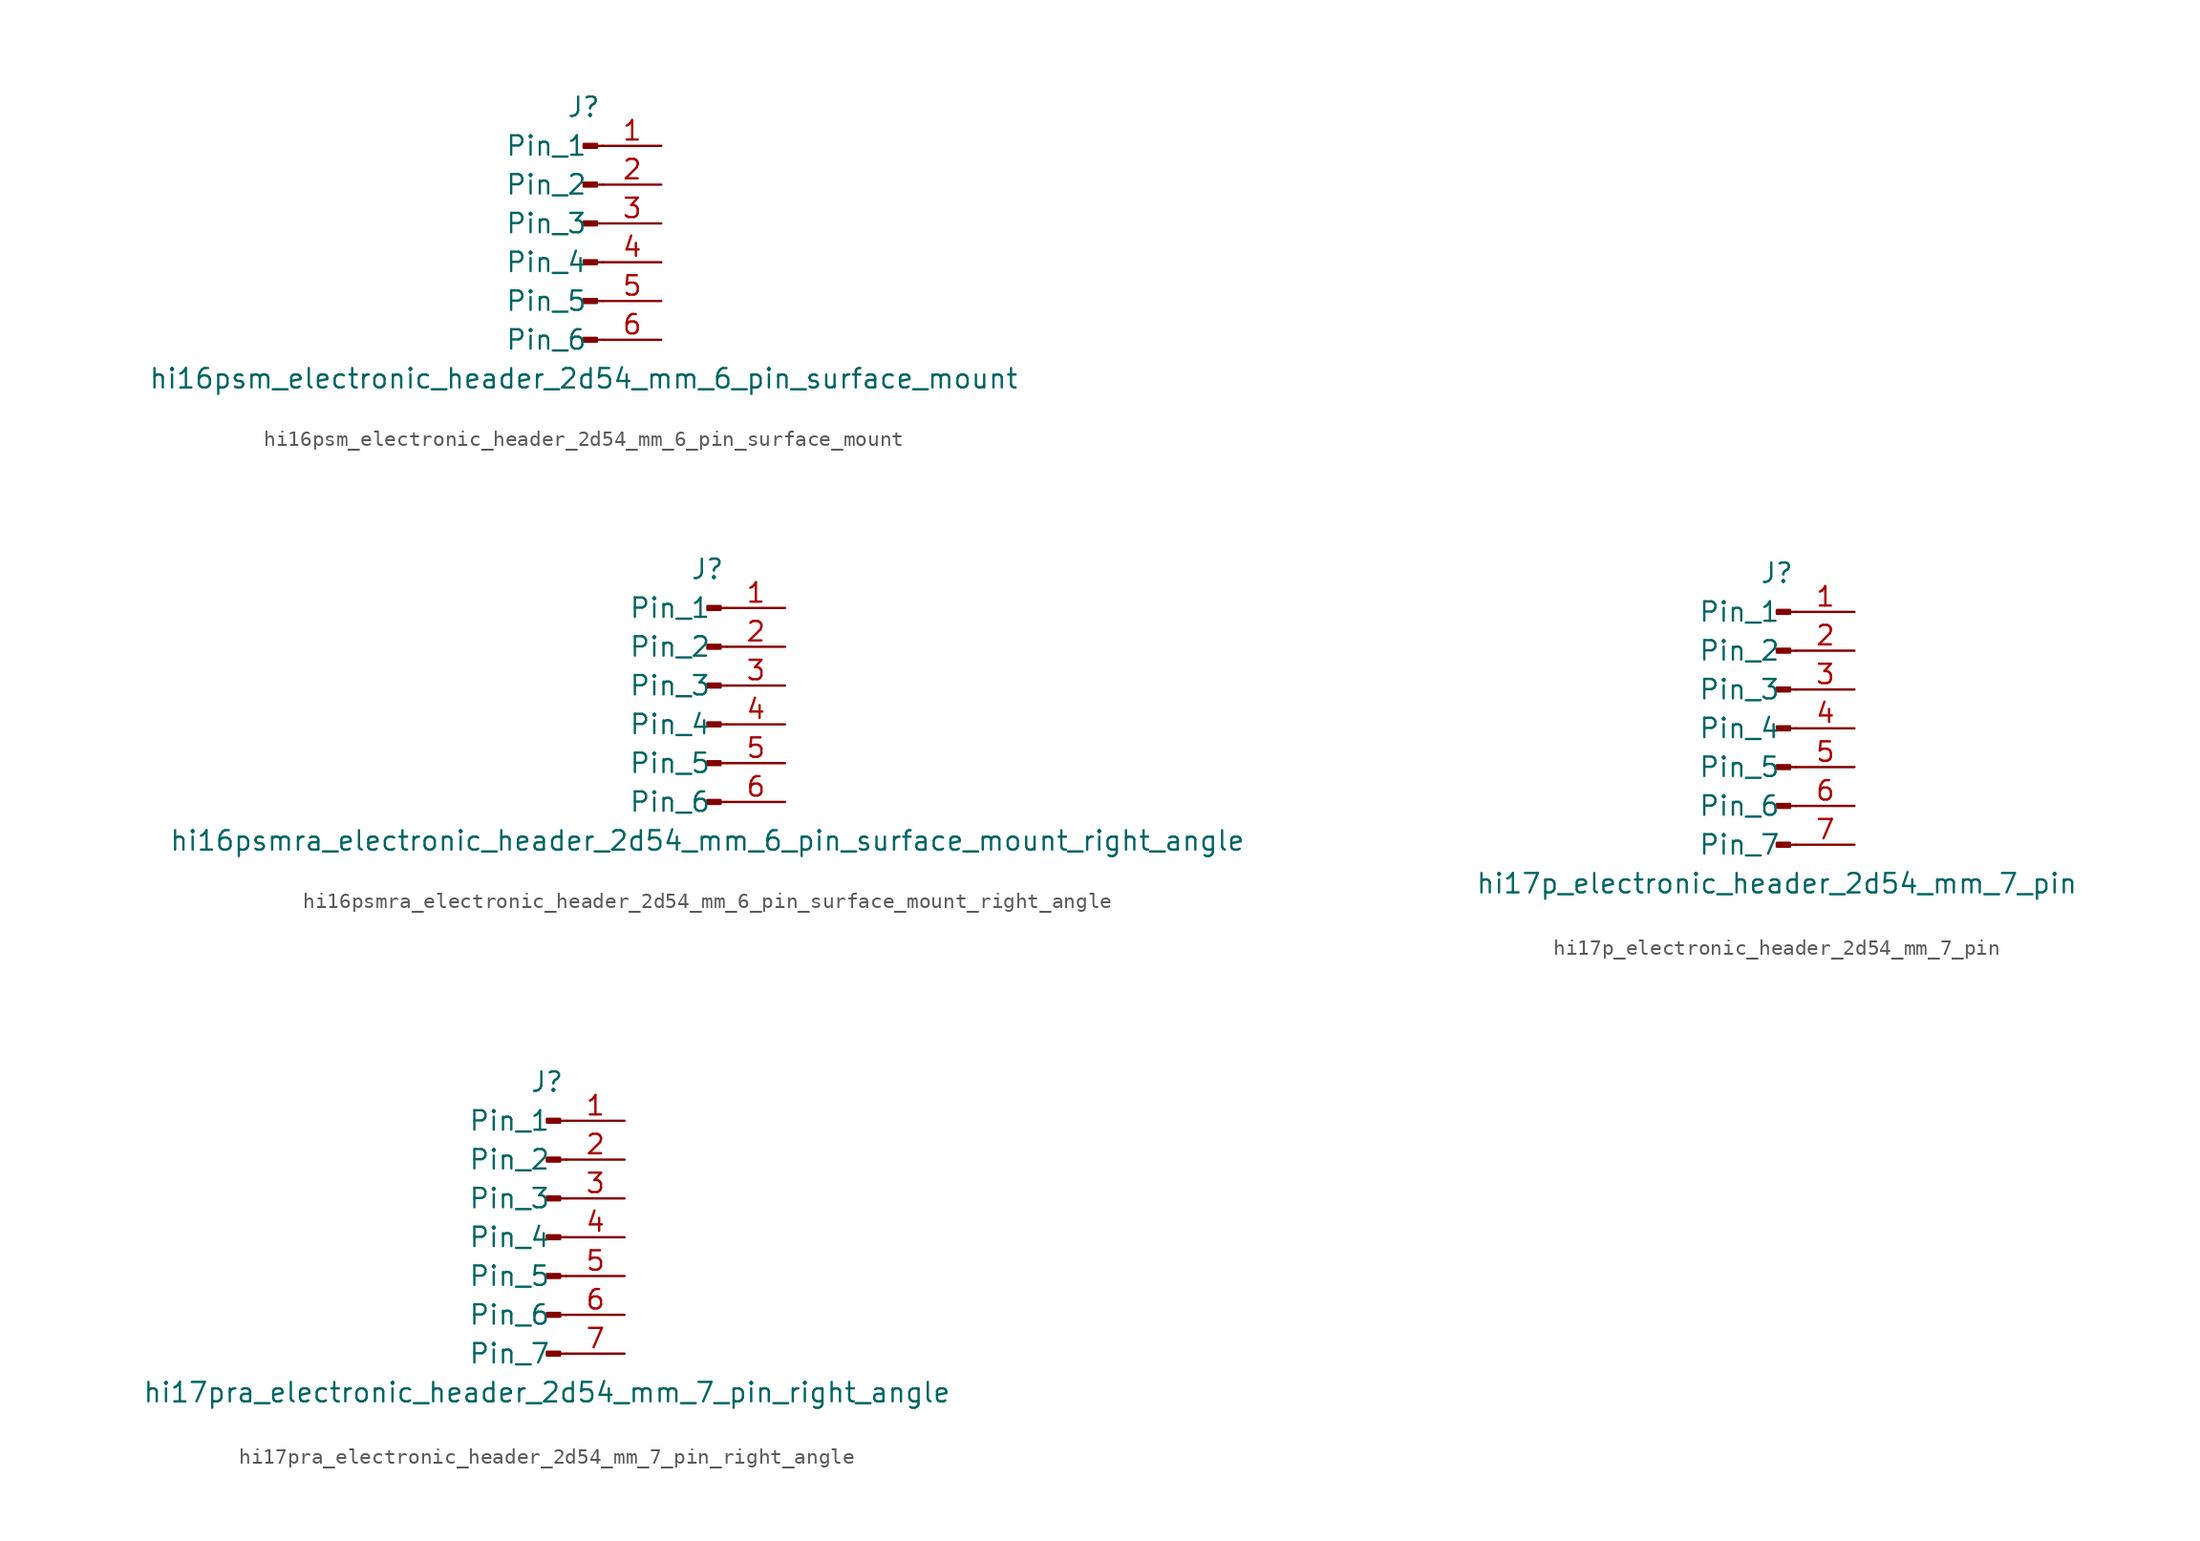
<source format=kicad_sym>
(kicad_symbol_lib
  (version 20220914)
  (generator kicad_symbol_editor)
  (symbol "hi16psm_electronic_header_2d54_mm_6_pin_surface_mount"
    (pin_names
      (offset 1.016))
    (property "Reference" "J"
      (at 0 7.62 0)
      (effects (font (size 1.27 1.27))))
    (property "Value" "hi16psm_electronic_header_2d54_mm_6_pin_surface_mount"
      (at 0 -10.16 0)
      (effects (font (size 1.27 1.27))))
    (property "ki_locked" ""
      (at 0 0 0)
      (effects (font (size 1.27 1.27))))
    (symbol "hi16psm_electronic_header_2d54_mm_6_pin_surface_mount_1_1"
      (polyline (pts (xy 1.27 -7.62) (xy 0.864 -7.62)) (stroke (width 0.152) (type default)) (fill (type none)))
      (polyline (pts (xy 1.27 -5.08) (xy 0.864 -5.08)) (stroke (width 0.152) (type default)) (fill (type none)))
      (polyline (pts (xy 1.27 -2.54) (xy 0.864 -2.54)) (stroke (width 0.152) (type default)) (fill (type none)))
      (polyline (pts (xy 1.27 0) (xy 0.864 0)) (stroke (width 0.152) (type default)) (fill (type none)))
      (polyline (pts (xy 1.27 2.54) (xy 0.864 2.54)) (stroke (width 0.152) (type default)) (fill (type none)))
      (polyline (pts (xy 1.27 5.08) (xy 0.864 5.08)) (stroke (width 0.152) (type default)) (fill (type none)))
      (rectangle (start 0.864 -7.493) (end 0 -7.747) (stroke (width 0.152) (type default)) (fill (type outline)))
      (rectangle (start 0.864 -4.953) (end 0 -5.207) (stroke (width 0.152) (type default)) (fill (type outline)))
      (rectangle (start 0.864 -2.413) (end 0 -2.667) (stroke (width 0.152) (type default)) (fill (type outline)))
      (rectangle (start 0.864 0.127) (end 0 -0.127) (stroke (width 0.152) (type default)) (fill (type outline)))
      (rectangle (start 0.864 2.667) (end 0 2.413) (stroke (width 0.152) (type default)) (fill (type outline)))
      (rectangle (start 0.864 5.207) (end 0 4.953) (stroke (width 0.152) (type default)) (fill (type outline)))
      (pin passive line (at 5.08 5.08 180) (length 3.81) (name "Pin_1" (effects (font (size 1.27 1.27)))) (number "1" (effects (font (size 1.27 1.27)))))
      (pin passive line (at 5.08 2.54 180) (length 3.81) (name "Pin_2" (effects (font (size 1.27 1.27)))) (number "2" (effects (font (size 1.27 1.27)))))
      (pin passive line (at 5.08 0 180) (length 3.81) (name "Pin_3" (effects (font (size 1.27 1.27)))) (number "3" (effects (font (size 1.27 1.27)))))
      (pin passive line (at 5.08 -2.54 180) (length 3.81) (name "Pin_4" (effects (font (size 1.27 1.27)))) (number "4" (effects (font (size 1.27 1.27)))))
      (pin passive line (at 5.08 -5.08 180) (length 3.81) (name "Pin_5" (effects (font (size 1.27 1.27)))) (number "5" (effects (font (size 1.27 1.27)))))
      (pin passive line (at 5.08 -7.62 180) (length 3.81) (name "Pin_6" (effects (font (size 1.27 1.27)))) (number "6" (effects (font (size 1.27 1.27)))))))
  (symbol "hi16psmra_electronic_header_2d54_mm_6_pin_surface_mount_right_angle"
    (pin_names
      (offset 1.016))
    (property "Reference" "J"
      (at 0 7.62 0)
      (effects (font (size 1.27 1.27))))
    (property "Value" "hi16psmra_electronic_header_2d54_mm_6_pin_surface_mount_right_angle"
      (at 0 -10.16 0)
      (effects (font (size 1.27 1.27))))
    (property "ki_locked" ""
      (at 0 0 0)
      (effects (font (size 1.27 1.27))))
    (symbol "hi16psmra_electronic_header_2d54_mm_6_pin_surface_mount_right_angle_1_1"
      (polyline (pts (xy 1.27 -7.62) (xy 0.864 -7.62)) (stroke (width 0.152) (type default)) (fill (type none)))
      (polyline (pts (xy 1.27 -5.08) (xy 0.864 -5.08)) (stroke (width 0.152) (type default)) (fill (type none)))
      (polyline (pts (xy 1.27 -2.54) (xy 0.864 -2.54)) (stroke (width 0.152) (type default)) (fill (type none)))
      (polyline (pts (xy 1.27 0) (xy 0.864 0)) (stroke (width 0.152) (type default)) (fill (type none)))
      (polyline (pts (xy 1.27 2.54) (xy 0.864 2.54)) (stroke (width 0.152) (type default)) (fill (type none)))
      (polyline (pts (xy 1.27 5.08) (xy 0.864 5.08)) (stroke (width 0.152) (type default)) (fill (type none)))
      (rectangle (start 0.864 -7.493) (end 0 -7.747) (stroke (width 0.152) (type default)) (fill (type outline)))
      (rectangle (start 0.864 -4.953) (end 0 -5.207) (stroke (width 0.152) (type default)) (fill (type outline)))
      (rectangle (start 0.864 -2.413) (end 0 -2.667) (stroke (width 0.152) (type default)) (fill (type outline)))
      (rectangle (start 0.864 0.127) (end 0 -0.127) (stroke (width 0.152) (type default)) (fill (type outline)))
      (rectangle (start 0.864 2.667) (end 0 2.413) (stroke (width 0.152) (type default)) (fill (type outline)))
      (rectangle (start 0.864 5.207) (end 0 4.953) (stroke (width 0.152) (type default)) (fill (type outline)))
      (pin passive line (at 5.08 5.08 180) (length 3.81) (name "Pin_1" (effects (font (size 1.27 1.27)))) (number "1" (effects (font (size 1.27 1.27)))))
      (pin passive line (at 5.08 2.54 180) (length 3.81) (name "Pin_2" (effects (font (size 1.27 1.27)))) (number "2" (effects (font (size 1.27 1.27)))))
      (pin passive line (at 5.08 0 180) (length 3.81) (name "Pin_3" (effects (font (size 1.27 1.27)))) (number "3" (effects (font (size 1.27 1.27)))))
      (pin passive line (at 5.08 -2.54 180) (length 3.81) (name "Pin_4" (effects (font (size 1.27 1.27)))) (number "4" (effects (font (size 1.27 1.27)))))
      (pin passive line (at 5.08 -5.08 180) (length 3.81) (name "Pin_5" (effects (font (size 1.27 1.27)))) (number "5" (effects (font (size 1.27 1.27)))))
      (pin passive line (at 5.08 -7.62 180) (length 3.81) (name "Pin_6" (effects (font (size 1.27 1.27)))) (number "6" (effects (font (size 1.27 1.27)))))))
  (symbol "hi17p_electronic_header_2d54_mm_7_pin"
    (pin_names
      (offset 1.016))
    (property "Reference" "J"
      (at 0 10.16 0)
      (effects (font (size 1.27 1.27))))
    (property "Value" "hi17p_electronic_header_2d54_mm_7_pin"
      (at 0 -10.16 0)
      (effects (font (size 1.27 1.27))))
    (property "ki_locked" ""
      (at 0 0 0)
      (effects (font (size 1.27 1.27))))
    (symbol "hi17p_electronic_header_2d54_mm_7_pin_1_1"
      (polyline (pts (xy 1.27 -7.62) (xy 0.864 -7.62)) (stroke (width 0.152) (type default)) (fill (type none)))
      (polyline (pts (xy 1.27 -5.08) (xy 0.864 -5.08)) (stroke (width 0.152) (type default)) (fill (type none)))
      (polyline (pts (xy 1.27 -2.54) (xy 0.864 -2.54)) (stroke (width 0.152) (type default)) (fill (type none)))
      (polyline (pts (xy 1.27 0) (xy 0.864 0)) (stroke (width 0.152) (type default)) (fill (type none)))
      (polyline (pts (xy 1.27 2.54) (xy 0.864 2.54)) (stroke (width 0.152) (type default)) (fill (type none)))
      (polyline (pts (xy 1.27 5.08) (xy 0.864 5.08)) (stroke (width 0.152) (type default)) (fill (type none)))
      (polyline (pts (xy 1.27 7.62) (xy 0.864 7.62)) (stroke (width 0.152) (type default)) (fill (type none)))
      (rectangle (start 0.864 -7.493) (end 0 -7.747) (stroke (width 0.152) (type default)) (fill (type outline)))
      (rectangle (start 0.864 -4.953) (end 0 -5.207) (stroke (width 0.152) (type default)) (fill (type outline)))
      (rectangle (start 0.864 -2.413) (end 0 -2.667) (stroke (width 0.152) (type default)) (fill (type outline)))
      (rectangle (start 0.864 0.127) (end 0 -0.127) (stroke (width 0.152) (type default)) (fill (type outline)))
      (rectangle (start 0.864 2.667) (end 0 2.413) (stroke (width 0.152) (type default)) (fill (type outline)))
      (rectangle (start 0.864 5.207) (end 0 4.953) (stroke (width 0.152) (type default)) (fill (type outline)))
      (rectangle (start 0.864 7.747) (end 0 7.493) (stroke (width 0.152) (type default)) (fill (type outline)))
      (pin passive line (at 5.08 7.62 180) (length 3.81) (name "Pin_1" (effects (font (size 1.27 1.27)))) (number "1" (effects (font (size 1.27 1.27)))))
      (pin passive line (at 5.08 5.08 180) (length 3.81) (name "Pin_2" (effects (font (size 1.27 1.27)))) (number "2" (effects (font (size 1.27 1.27)))))
      (pin passive line (at 5.08 2.54 180) (length 3.81) (name "Pin_3" (effects (font (size 1.27 1.27)))) (number "3" (effects (font (size 1.27 1.27)))))
      (pin passive line (at 5.08 0 180) (length 3.81) (name "Pin_4" (effects (font (size 1.27 1.27)))) (number "4" (effects (font (size 1.27 1.27)))))
      (pin passive line (at 5.08 -2.54 180) (length 3.81) (name "Pin_5" (effects (font (size 1.27 1.27)))) (number "5" (effects (font (size 1.27 1.27)))))
      (pin passive line (at 5.08 -5.08 180) (length 3.81) (name "Pin_6" (effects (font (size 1.27 1.27)))) (number "6" (effects (font (size 1.27 1.27)))))
      (pin passive line (at 5.08 -7.62 180) (length 3.81) (name "Pin_7" (effects (font (size 1.27 1.27)))) (number "7" (effects (font (size 1.27 1.27)))))))
  (symbol "hi17pra_electronic_header_2d54_mm_7_pin_right_angle"
    (pin_names
      (offset 1.016))
    (property "Reference" "J"
      (at 0 10.16 0)
      (effects (font (size 1.27 1.27))))
    (property "Value" "hi17pra_electronic_header_2d54_mm_7_pin_right_angle"
      (at 0 -10.16 0)
      (effects (font (size 1.27 1.27))))
    (property "ki_locked" ""
      (at 0 0 0)
      (effects (font (size 1.27 1.27))))
    (symbol "hi17pra_electronic_header_2d54_mm_7_pin_right_angle_1_1"
      (polyline (pts (xy 1.27 -7.62) (xy 0.864 -7.62)) (stroke (width 0.152) (type default)) (fill (type none)))
      (polyline (pts (xy 1.27 -5.08) (xy 0.864 -5.08)) (stroke (width 0.152) (type default)) (fill (type none)))
      (polyline (pts (xy 1.27 -2.54) (xy 0.864 -2.54)) (stroke (width 0.152) (type default)) (fill (type none)))
      (polyline (pts (xy 1.27 0) (xy 0.864 0)) (stroke (width 0.152) (type default)) (fill (type none)))
      (polyline (pts (xy 1.27 2.54) (xy 0.864 2.54)) (stroke (width 0.152) (type default)) (fill (type none)))
      (polyline (pts (xy 1.27 5.08) (xy 0.864 5.08)) (stroke (width 0.152) (type default)) (fill (type none)))
      (polyline (pts (xy 1.27 7.62) (xy 0.864 7.62)) (stroke (width 0.152) (type default)) (fill (type none)))
      (rectangle (start 0.864 -7.493) (end 0 -7.747) (stroke (width 0.152) (type default)) (fill (type outline)))
      (rectangle (start 0.864 -4.953) (end 0 -5.207) (stroke (width 0.152) (type default)) (fill (type outline)))
      (rectangle (start 0.864 -2.413) (end 0 -2.667) (stroke (width 0.152) (type default)) (fill (type outline)))
      (rectangle (start 0.864 0.127) (end 0 -0.127) (stroke (width 0.152) (type default)) (fill (type outline)))
      (rectangle (start 0.864 2.667) (end 0 2.413) (stroke (width 0.152) (type default)) (fill (type outline)))
      (rectangle (start 0.864 5.207) (end 0 4.953) (stroke (width 0.152) (type default)) (fill (type outline)))
      (rectangle (start 0.864 7.747) (end 0 7.493) (stroke (width 0.152) (type default)) (fill (type outline)))
      (pin passive line (at 5.08 7.62 180) (length 3.81) (name "Pin_1" (effects (font (size 1.27 1.27)))) (number "1" (effects (font (size 1.27 1.27)))))
      (pin passive line (at 5.08 5.08 180) (length 3.81) (name "Pin_2" (effects (font (size 1.27 1.27)))) (number "2" (effects (font (size 1.27 1.27)))))
      (pin passive line (at 5.08 2.54 180) (length 3.81) (name "Pin_3" (effects (font (size 1.27 1.27)))) (number "3" (effects (font (size 1.27 1.27)))))
      (pin passive line (at 5.08 0 180) (length 3.81) (name "Pin_4" (effects (font (size 1.27 1.27)))) (number "4" (effects (font (size 1.27 1.27)))))
      (pin passive line (at 5.08 -2.54 180) (length 3.81) (name "Pin_5" (effects (font (size 1.27 1.27)))) (number "5" (effects (font (size 1.27 1.27)))))
      (pin passive line (at 5.08 -5.08 180) (length 3.81) (name "Pin_6" (effects (font (size 1.27 1.27)))) (number "6" (effects (font (size 1.27 1.27)))))
      (pin passive line (at 5.08 -7.62 180) (length 3.81) (name "Pin_7" (effects (font (size 1.27 1.27)))) (number "7" (effects (font (size 1.27 1.27))))))))
</source>
